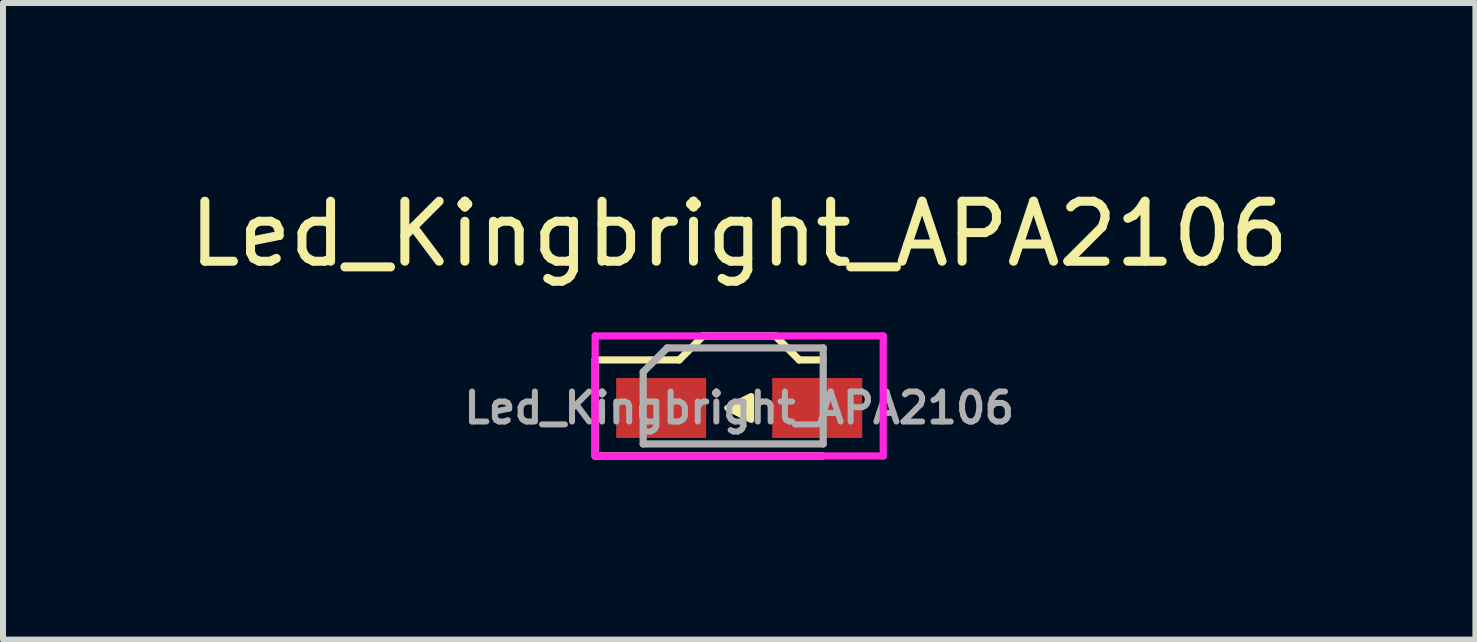
<source format=kicad_pcb>
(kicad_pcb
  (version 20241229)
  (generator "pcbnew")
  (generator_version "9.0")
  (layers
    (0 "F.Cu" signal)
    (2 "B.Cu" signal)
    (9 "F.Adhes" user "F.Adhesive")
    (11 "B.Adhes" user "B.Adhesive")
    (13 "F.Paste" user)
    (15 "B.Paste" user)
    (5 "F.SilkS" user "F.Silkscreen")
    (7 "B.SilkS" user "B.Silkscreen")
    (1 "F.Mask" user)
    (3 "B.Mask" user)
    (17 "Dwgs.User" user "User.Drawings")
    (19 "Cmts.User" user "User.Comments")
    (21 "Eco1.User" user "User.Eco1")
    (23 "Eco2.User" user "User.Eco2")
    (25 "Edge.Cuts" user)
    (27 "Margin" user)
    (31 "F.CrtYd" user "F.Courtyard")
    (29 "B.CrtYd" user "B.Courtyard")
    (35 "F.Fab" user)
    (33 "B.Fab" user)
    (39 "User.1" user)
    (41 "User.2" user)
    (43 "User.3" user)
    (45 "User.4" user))
  (footprint "Led_Kingbright_APA2106"
    (layer "F.Cu")
    (at 9.268 3.748)
    (property "Reference" "Led_Kingbright_APA2106" (at 0 -2.9 0) (layer "F.SilkS") (effects (font (size 1 1) (thickness 0.15))))
    (attr smd)
    (fp_line (start -2.4 -0.8) (end -2.4 0.8) (stroke (width 0.12) (type solid)) (layer "F.SilkS"))
    (fp_line (start -2.4 -0.8) (end -1 -0.8) (stroke (width 0.12) (type solid)) (layer "F.SilkS"))
    (fp_line (start -2.4 0.8) (end 1.4 0.8) (stroke (width 0.12) (type solid)) (layer "F.SilkS"))
    (fp_line (start -1 -0.8) (end -0.6 -1.2) (stroke (width 0.12) (type solid)) (layer "F.SilkS"))
    (fp_line (start 0.6 -1.2) (end -0.6 -1.2) (stroke (width 0.12) (type solid)) (layer "F.SilkS"))
    (fp_line (start 0.6 -1.2) (end 1 -0.8) (stroke (width 0.12) (type solid)) (layer "F.SilkS"))
    (fp_line (start 1 -0.8) (end 1.4 -0.8) (stroke (width 0.12) (type solid)) (layer "F.SilkS"))
    (fp_poly (pts (xy 0.2 -0.2) (xy 0.2 0.2) (xy -0.2 0)) (stroke (width 0.1) (type solid)) (fill yes) (layer "F.SilkS"))
    (fp_line (start -2.4 -1.2) (end -2.4 0.8) (stroke (width 0.12) (type solid)) (layer "F.CrtYd"))
    (fp_line (start -2.4 0.8) (end 2.4 0.8) (stroke (width 0.12) (type solid)) (layer "F.CrtYd"))
    (fp_line (start 2.4 -1.2) (end -2.4 -1.2) (stroke (width 0.12) (type solid)) (layer "F.CrtYd"))
    (fp_line (start 2.4 0.8) (end 2.4 -1.2) (stroke (width 0.12) (type solid)) (layer "F.CrtYd"))
    (fp_line (start -1.6 -0.6) (end -1.2 -1) (stroke (width 0.12) (type solid)) (layer "F.Fab"))
    (fp_line (start -1.6 0.6) (end -1.6 -0.6) (stroke (width 0.12) (type solid)) (layer "F.Fab"))
    (fp_line (start -1.2 -1) (end 1.4 -1) (stroke (width 0.12) (type solid)) (layer "F.Fab"))
    (fp_line (start 1.4 -1) (end 1.4 0.6) (stroke (width 0.12) (type solid)) (layer "F.Fab"))
    (fp_line (start 1.4 0.6) (end -1.6 0.6) (stroke (width 0.12) (type solid)) (layer "F.Fab"))
    (fp_text user "${REFERENCE}" (at 0 0 0) (layer "F.Fab") (effects (font (size 0.5 0.5) (thickness 0.1))))
    (pad "1" smd rect (at -1.3 0) (size 1.5 1) (layers "F.Cu" "F.Mask" "F.Paste"))
    (pad "2" smd rect (at 1.3 0) (size 1.5 1) (layers "F.Cu" "F.Mask" "F.Paste")))
  (gr_rect
    (start -3 -3)
    (end 21.536 7.608)
    (stroke (width 0.1) (type default))
    (fill no)
    (layer "Edge.Cuts")))
</source>
